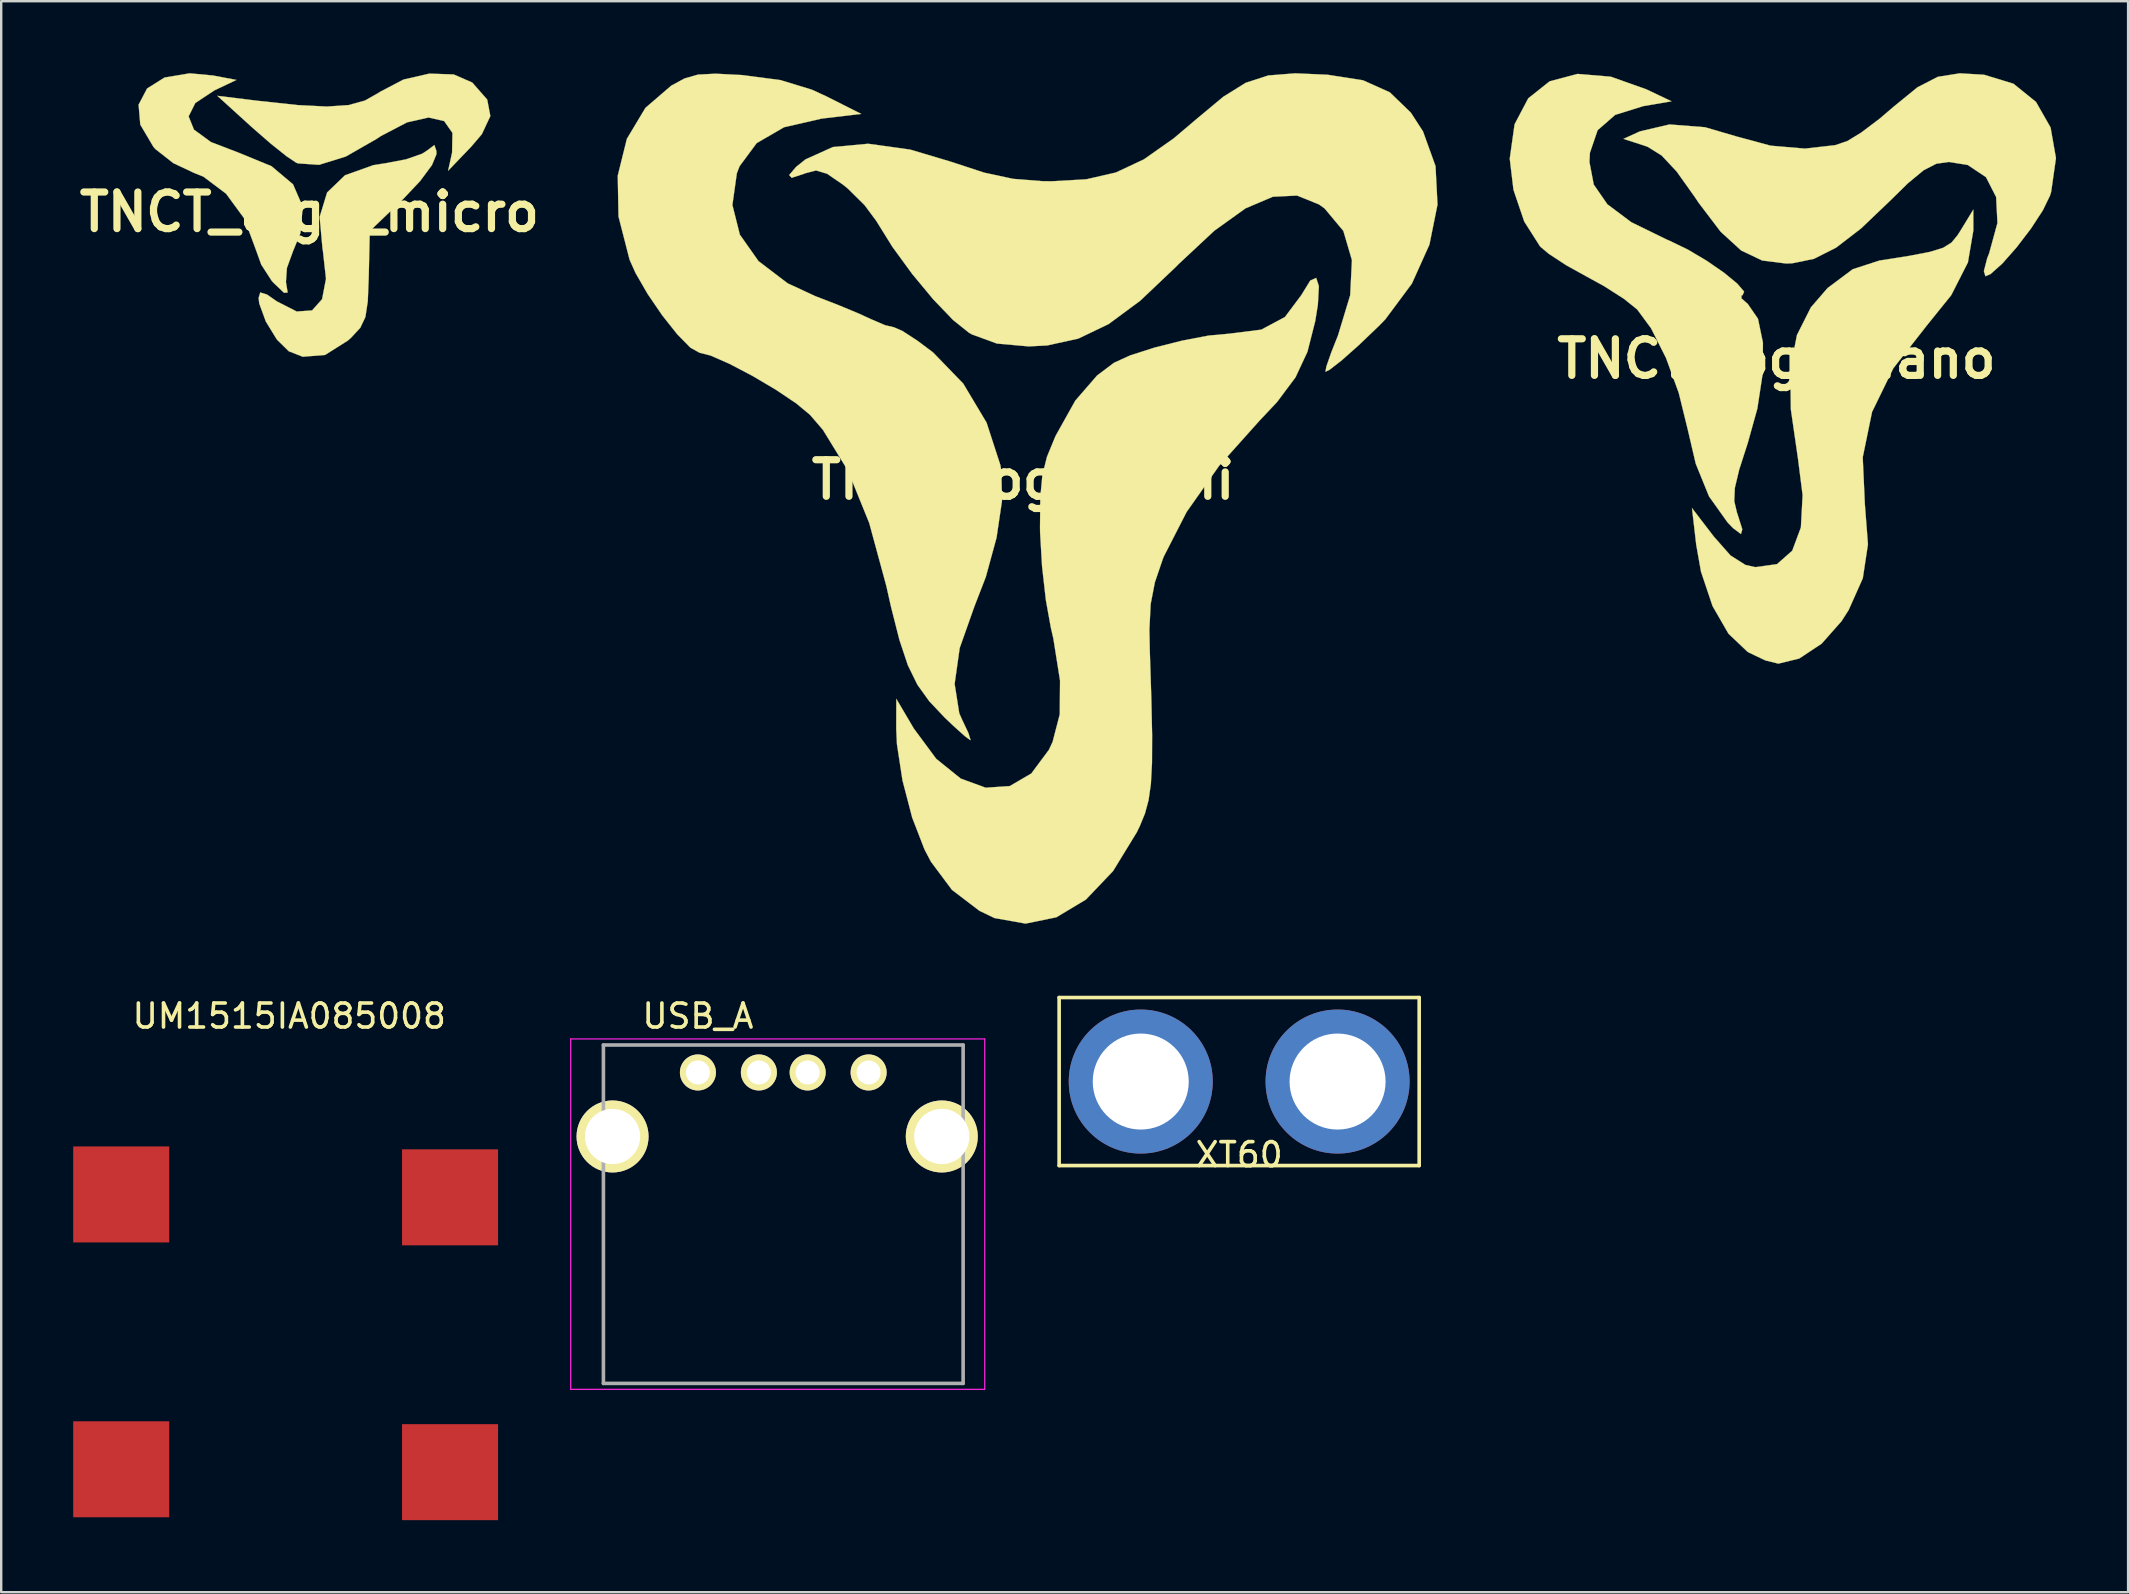
<source format=kicad_pcb>
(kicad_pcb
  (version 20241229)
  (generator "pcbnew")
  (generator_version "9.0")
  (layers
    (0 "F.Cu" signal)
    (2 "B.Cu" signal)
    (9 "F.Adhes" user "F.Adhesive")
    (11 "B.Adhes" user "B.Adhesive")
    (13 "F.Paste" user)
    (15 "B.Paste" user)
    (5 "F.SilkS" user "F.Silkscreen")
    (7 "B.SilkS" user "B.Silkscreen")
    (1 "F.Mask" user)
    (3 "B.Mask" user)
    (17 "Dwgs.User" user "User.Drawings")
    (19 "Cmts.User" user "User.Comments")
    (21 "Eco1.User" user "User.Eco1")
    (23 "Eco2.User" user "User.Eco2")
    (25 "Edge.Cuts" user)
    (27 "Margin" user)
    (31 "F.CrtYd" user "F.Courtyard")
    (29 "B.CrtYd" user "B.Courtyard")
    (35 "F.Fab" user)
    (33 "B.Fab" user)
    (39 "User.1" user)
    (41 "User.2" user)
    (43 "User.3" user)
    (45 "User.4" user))
  (footprint "UM1515IA085008"
    (layer "F.Cu")
    (at 8.85 53.232)
    (property "Reference" "UM1515IA085008" (at 0.15 -13.95 0) (layer "F.SilkS") (effects (font (size 1 1) (thickness 0.15))))
    (attr through_hole)
    (pad "" smd rect (at -6.85 -6.52) (size 4 4) (layers "F.Cu" "F.Mask" "F.Paste"))
    (pad "" smd rect (at 6.85 -6.4) (size 4 4) (layers "F.Cu" "F.Mask" "F.Paste"))
    (pad "1" smd rect (at 6.85 5.05) (size 4 4) (layers "F.Cu" "F.Mask" "F.Paste"))
    (pad "2" smd rect (at -6.85 4.93) (size 4 4) (layers "F.Cu" "F.Mask" "F.Paste")))
  (footprint "USB_A"
    (layer "F.Cu")
    (at 26.025 41.632)
    (property "Reference" "USB_A" (at 0 -2.35 0) (layer "F.SilkS") (effects (font (size 1 1) (thickness 0.15))))
    (attr through_hole)
    (fp_line (start -5.3 -1.4) (end 11.95 -1.4) (stroke (width 0.05) (type solid)) (layer "F.CrtYd"))
    (fp_line (start -5.3 13.2) (end -5.3 -1.4) (stroke (width 0.05) (type solid)) (layer "F.CrtYd"))
    (fp_line (start -5.3 13.2) (end 11.95 13.2) (stroke (width 0.05) (type solid)) (layer "F.CrtYd"))
    (fp_line (start 11.95 -1.4) (end 11.95 13.2) (stroke (width 0.05) (type solid)) (layer "F.CrtYd"))
    (fp_line (start -3.936 12.952) (end -3.936 -1.145) (stroke (width 0.15) (type solid)) (layer "F.Fab"))
    (fp_line (start 11.05 -1.145) (end -3.936 -1.145) (stroke (width 0.15) (type solid)) (layer "F.Fab"))
    (fp_line (start 11.05 -1.145) (end 11.05 12.952) (stroke (width 0.15) (type solid)) (layer "F.Fab"))
    (fp_line (start 11.05 12.952) (end -3.936 12.952) (stroke (width 0.15) (type solid)) (layer "F.Fab"))
    (pad "1" thru_hole circle (at 0.001 -0.002 270) (size 1.501 1.501) (drill 1.001) (layers "*.Cu" "*.Mask" "F.SilkS"))
    (pad "2" thru_hole circle (at 2.541 -0.002 270) (size 1.501 1.501) (drill 1.001) (layers "*.Cu" "*.Mask" "F.SilkS"))
    (pad "3" thru_hole circle (at 4.573 -0.002 270) (size 1.501 1.501) (drill 1.001) (layers "*.Cu" "*.Mask" "F.SilkS"))
    (pad "4" thru_hole circle (at 7.113 -0.002 270) (size 1.501 1.501) (drill 1.001) (layers "*.Cu" "*.Mask" "F.SilkS"))
    (pad "5" thru_hole circle (at -3.555 2.665 270) (size 3 3) (drill 2.301) (layers "*.Cu" "*.Mask" "F.SilkS"))
    (pad "5" thru_hole circle (at 10.161 2.665 270) (size 3 3) (drill 2.301) (layers "*.Cu" "*.Mask" "F.SilkS")))
  (footprint "TNCT_logo_mini"
    (layer "F.Cu")
    (at 39.575 16.937)
    (property "Reference" "TNCT_logo_mini" (at 0 0 0) (layer "F.SilkS") (effects (font (size 1.524 1.524) (thickness 0.3))))
    (attr through_hole)
    (fp_poly (pts (xy 12.683 -16.873) (xy 14.163 -16.641) (xy 15.277 -16.14) (xy 16.153 -15.294) (xy 16.659 -14.513) (xy 17.181 -13.066) (xy 17.263 -11.462) (xy 16.927 -9.797) (xy 16.196 -8.172) (xy 15.09 -6.685) (xy 14.832 -6.419) (xy 13.99 -5.613) (xy 13.272 -4.975) (xy 12.768 -4.583) (xy 12.594 -4.498) (xy 12.634 -4.72) (xy 12.835 -5.298) (xy 13.12 -6.019) (xy 13.626 -7.69) (xy 13.698 -9.152) (xy 13.34 -10.368) (xy 12.558 -11.304) (xy 12.326 -11.47) (xy 11.412 -11.84) (xy 10.401 -11.79) (xy 9.263 -11.306) (xy 7.964 -10.374) (xy 6.471 -8.98) (xy 6.354 -8.86) (xy 4.883 -7.463) (xy 3.563 -6.487) (xy 2.299 -5.881) (xy 1 -5.595) (xy 0.23 -5.556) (xy -1.092 -5.674) (xy -2.136 -6.056) (xy -2.254 -6.123) (xy -2.917 -6.654) (xy -3.741 -7.512) (xy -4.62 -8.571) (xy -5.445 -9.701) (xy -6.112 -10.774) (xy -6.116 -10.782) (xy -6.604 -11.439) (xy -7.297 -12.125) (xy -7.514 -12.301) (xy -8.167 -12.748) (xy -8.628 -12.885) (xy -9.092 -12.764) (xy -9.137 -12.744) (xy -9.644 -12.579) (xy -9.747 -12.695) (xy -9.454 -13.038) (xy -9.066 -13.348) (xy -7.925 -13.862) (xy -6.457 -13.998) (xy -4.706 -13.755) (xy -3.044 -13.26) (xy -1.62 -12.794) (xy -0.422 -12.537) (xy 0.79 -12.44) (xy 1.183 -12.435) (xy 2.629 -12.517) (xy 3.865 -12.801) (xy 5.033 -13.349) (xy 6.273 -14.222) (xy 7.242 -15.043) (xy 8.341 -15.958) (xy 9.273 -16.538) (xy 10.212 -16.843) (xy 11.334 -16.932) (xy 12.683 -16.873)) (stroke (width 0.01) (type solid)) (fill yes) (layer "F.SilkS"))
    (fp_poly (pts (xy -11.746 -16.862) (xy -11.684 -16.857) (xy -10.112 -16.651) (xy -8.803 -16.251) (xy -8.202 -15.975) (xy -6.747 -15.242) (xy -8.388 -15.047) (xy -9.961 -14.686) (xy -11.1 -14.026) (xy -11.813 -13.064) (xy -11.927 -12.769) (xy -12.113 -11.448) (xy -11.802 -10.211) (xy -11.024 -9.107) (xy -9.811 -8.184) (xy -8.666 -7.652) (xy -7.697 -7.277) (xy -6.84 -6.921) (xy -6.35 -6.695) (xy -5.756 -6.44) (xy -5.382 -6.352) (xy -5.026 -6.197) (xy -4.407 -5.794) (xy -3.755 -5.307) (xy -2.493 -4.003) (xy -1.524 -2.381) (xy -0.95 -0.617) (xy -0.907 -0.372) (xy -0.881 0.883) (xy -1.108 2.414) (xy -1.555 4.05) (xy -2.035 5.291) (xy -2.643 7.01) (xy -2.854 8.505) (xy -2.661 9.728) (xy -2.538 10.007) (xy -2.278 10.556) (xy -2.192 10.838) (xy -2.202 10.848) (xy -2.431 10.68) (xy -2.909 10.25) (xy -3.266 9.91) (xy -3.908 9.231) (xy -4.403 8.543) (xy -4.801 7.731) (xy -5.152 6.68) (xy -5.508 5.277) (xy -5.699 4.425) (xy -6.412 1.802) (xy -7.296 -0.375) (xy -8.341 -2.079) (xy -8.88 -2.706) (xy -9.459 -3.186) (xy -10.305 -3.753) (xy -11.276 -4.327) (xy -12.229 -4.827) (xy -13.021 -5.175) (xy -13.483 -5.292) (xy -13.863 -5.504) (xy -14.409 -6.06) (xy -15.031 -6.843) (xy -15.639 -7.733) (xy -16.146 -8.61) (xy -16.395 -9.165) (xy -16.857 -10.965) (xy -16.889 -12.669) (xy -16.509 -14.203) (xy -15.736 -15.493) (xy -14.663 -16.417) (xy -14.101 -16.721) (xy -13.543 -16.879) (xy -12.816 -16.917) (xy -11.746 -16.862)) (stroke (width 0.01) (type solid)) (fill yes) (layer "F.SilkS"))
    (fp_poly (pts (xy 12.321 -8.064) (xy 12.279 -7.291) (xy 12.17 -6.612) (xy 11.845 -5.332) (xy 11.348 -4.268) (xy 10.577 -3.236) (xy 9.845 -2.459) (xy 8.164 -0.58) (xy 6.81 1.343) (xy 5.862 3.194) (xy 5.817 3.307) (xy 5.488 4.274) (xy 5.313 5.179) (xy 5.26 6.243) (xy 5.278 7.144) (xy 5.341 9.115) (xy 5.374 10.639) (xy 5.369 11.798) (xy 5.322 12.673) (xy 5.226 13.348) (xy 5.076 13.902) (xy 4.865 14.419) (xy 4.737 14.684) (xy 3.746 16.303) (xy 2.614 17.491) (xy 1.385 18.228) (xy 0.102 18.491) (xy -1.193 18.26) (xy -1.821 17.958) (xy -2.966 17.085) (xy -3.84 15.914) (xy -4.109 15.402) (xy -4.623 14.073) (xy -5.027 12.521) (xy -5.257 11.018) (xy -5.287 10.372) (xy -5.283 9.128) (xy -4.554 10.365) (xy -3.621 11.626) (xy -2.601 12.449) (xy -1.56 12.83) (xy -0.558 12.762) (xy 0.34 12.238) (xy 1.072 11.254) (xy 1.227 10.923) (xy 1.526 9.773) (xy 1.537 8.365) (xy 1.259 6.615) (xy 1.156 6.168) (xy 0.947 5.014) (xy 0.788 3.604) (xy 0.707 2.212) (xy 0.703 1.984) (xy 0.716 0.728) (xy 0.801 -0.188) (xy 0.992 -0.954) (xy 1.322 -1.757) (xy 1.366 -1.852) (xy 2.174 -3.298) (xy 3.077 -4.34) (xy 3.782 -4.872) (xy 4.46 -5.181) (xy 5.471 -5.505) (xy 6.624 -5.796) (xy 7.727 -6.006) (xy 8.581 -6.085) (xy 9.923 -6.254) (xy 10.907 -6.78) (xy 11.592 -7.696) (xy 11.593 -7.698) (xy 11.961 -8.298) (xy 12.209 -8.41) (xy 12.321 -8.064)) (stroke (width 0.01) (type solid)) (fill yes) (layer "F.SilkS")))
  (footprint "TNCT_logo_micro"
    (layer "F.Cu")
    (at 9.841 5.784)
    (property "Reference" "TNCT_logo_micro" (at 0 0 0) (layer "F.SilkS") (effects (font (size 1.524 1.524) (thickness 0.3))))
    (attr through_hole)
    (fp_poly (pts (xy 6.011 -5.732) (xy 6.78 -5.397) (xy 6.793 -5.385) (xy 7.407 -4.685) (xy 7.537 -3.999) (xy 7.183 -3.243) (xy 6.74 -2.724) (xy 5.778 -1.72) (xy 5.943 -2.473) (xy 5.959 -3.297) (xy 5.613 -3.79) (xy 4.962 -3.939) (xy 4.064 -3.735) (xy 2.977 -3.167) (xy 2.797 -3.047) (xy 1.516 -2.313) (xy 0.401 -1.967) (xy -0.479 -2.028) (xy -0.556 -2.059) (xy -0.955 -2.325) (xy -1.603 -2.843) (xy -2.365 -3.506) (xy -2.408 -3.545) (xy -3.836 -4.842) (xy -2.117 -4.631) (xy -0.485 -4.456) (xy 0.73 -4.395) (xy 1.631 -4.456) (xy 2.318 -4.647) (xy 2.894 -4.974) (xy 2.938 -5.006) (xy 3.916 -5.519) (xy 4.998 -5.767) (xy 6.011 -5.732)) (stroke (width 0.01) (type solid)) (fill yes) (layer "F.SilkS"))
    (fp_poly (pts (xy -4.014 -5.688) (xy -3.043 -5.504) (xy -3.965 -5.066) (xy -4.756 -4.541) (xy -5.033 -3.986) (xy -4.811 -3.433) (xy -4.102 -2.915) (xy -2.965 -2.479) (xy -1.58 -1.91) (xy -0.683 -1.155) (xy -0.279 -0.224) (xy -0.374 0.874) (xy -0.684 1.632) (xy -0.938 2.33) (xy -0.979 2.916) (xy -0.974 2.941) (xy -0.907 3.354) (xy -1.06 3.362) (xy -1.483 2.961) (xy -1.564 2.875) (xy -2.007 2.19) (xy -2.261 1.486) (xy -2.713 0.272) (xy -3.472 -0.764) (xy -4.418 -1.475) (xy -4.814 -1.634) (xy -5.673 -2.039) (xy -6.418 -2.624) (xy -6.498 -2.713) (xy -7.046 -3.64) (xy -7.117 -4.472) (xy -6.763 -5.147) (xy -6.036 -5.604) (xy -4.988 -5.779) (xy -4.014 -5.688)) (stroke (width 0.01) (type solid)) (fill yes) (layer "F.SilkS"))
    (fp_poly (pts (xy 5.289 -2.549) (xy 5.292 -2.41) (xy 5.105 -1.956) (xy 4.61 -1.289) (xy 3.903 -0.54) (xy 2.514 0.792) (xy 2.471 2.704) (xy 2.431 3.722) (xy 2.332 4.373) (xy 2.119 4.822) (xy 1.739 5.231) (xy 1.607 5.351) (xy 0.651 5.954) (xy -0.278 6.028) (xy -0.86 5.8) (xy -1.357 5.311) (xy -1.816 4.561) (xy -2.091 3.808) (xy -2.117 3.577) (xy -2.048 3.35) (xy -1.77 3.436) (xy -1.353 3.724) (xy -0.53 4.144) (xy 0.109 4.099) (xy 0.528 3.629) (xy 0.69 2.778) (xy 0.558 1.587) (xy 0.545 1.526) (xy 0.426 0.202) (xy 0.737 -0.815) (xy 1.482 -1.532) (xy 2.667 -1.955) (xy 3.159 -2.032) (xy 4.022 -2.195) (xy 4.697 -2.43) (xy 4.915 -2.572) (xy 5.206 -2.792) (xy 5.289 -2.549)) (stroke (width 0.01) (type solid)) (fill yes) (layer "F.SilkS")))
  (footprint "XT60"
    (layer "F.Cu")
    (at 48.575 42.009)
    (property "Reference" "XT60" (at 0 3.048 0) (layer "F.SilkS") (effects (font (size 1 1) (thickness 0.15))))
    (attr through_hole)
    (fp_line (start -7.5 -3.5) (end 7.5 -3.5) (stroke (width 0.15) (type solid)) (layer "F.SilkS"))
    (fp_line (start -7.5 3.5) (end -7.5 -3.5) (stroke (width 0.15) (type solid)) (layer "F.SilkS"))
    (fp_line (start 7.5 -3.5) (end 7.5 3.5) (stroke (width 0.15) (type solid)) (layer "F.SilkS"))
    (fp_line (start 7.5 3.5) (end -7.5 3.5) (stroke (width 0.15) (type solid)) (layer "F.SilkS"))
    (pad "1" thru_hole circle (at -4.1 0) (size 6 6) (drill 4) (layers "*.Cu" "*.Mask"))
    (pad "2" thru_hole circle (at 4.1 0) (size 6 6) (drill 4) (layers "*.Cu" "*.Mask")))
  (footprint "TNCT_logo_nano"
    (layer "F.Cu")
    (at 70.961 11.899)
    (property "Reference" "TNCT_logo_nano" (at 0 0 0) (layer "F.SilkS") (effects (font (size 1.524 1.524) (thickness 0.3))))
    (attr through_hole)
    (fp_poly (pts (xy 8.201 -5.349) (xy 7.975 -4.016) (xy 7.279 -2.65) (xy 6.267 -1.395) (xy 4.867 0.395) (xy 3.981 2.213) (xy 3.593 4.102) (xy 3.681 6.054) (xy 3.81 7.729) (xy 3.596 9.143) (xy 3.005 10.467) (xy 2.707 10.932) (xy 1.883 11.865) (xy 0.946 12.486) (xy 0.079 12.699) (xy -0.462 12.565) (xy -1.146 12.24) (xy -1.213 12.2) (xy -2.001 11.451) (xy -2.665 10.299) (xy -3.146 8.866) (xy -3.344 7.749) (xy -3.521 6.218) (xy -2.609 7.408) (xy -1.915 8.193) (xy -1.294 8.587) (xy -0.882 8.679) (xy 0.02 8.554) (xy 0.656 7.993) (xy 1.016 7.025) (xy 1.088 5.68) (xy 0.899 4.187) (xy 0.598 2.103) (xy 0.577 0.402) (xy 0.852 -0.99) (xy 1.433 -2.145) (xy 2.13 -2.951) (xy 3.175 -3.732) (xy 4.283 -4.093) (xy 5.55 -4.293) (xy 6.401 -4.458) (xy 6.944 -4.627) (xy 7.288 -4.841) (xy 7.539 -5.143) (xy 7.697 -5.392) (xy 8.2 -6.218) (xy 8.201 -5.349)) (stroke (width 0.01) (type solid)) (fill yes) (layer "F.SilkS"))
    (fp_poly (pts (xy 8.647 -11.835) (xy 9.873 -11.461) (xy 10.812 -10.701) (xy 11.418 -9.639) (xy 11.643 -8.361) (xy 11.442 -6.952) (xy 11.395 -6.801) (xy 11.094 -6.181) (xy 10.594 -5.417) (xy 9.997 -4.636) (xy 9.404 -3.965) (xy 8.918 -3.532) (xy 8.705 -3.44) (xy 8.64 -3.652) (xy 8.776 -4.183) (xy 8.86 -4.398) (xy 9.205 -5.659) (xy 9.15 -6.741) (xy 8.726 -7.57) (xy 7.966 -8.077) (xy 7.178 -8.202) (xy 6.661 -8.129) (xy 6.132 -7.858) (xy 5.475 -7.315) (xy 4.775 -6.627) (xy 3.528 -5.436) (xy 2.485 -4.633) (xy 1.558 -4.165) (xy 0.658 -3.98) (xy 0.397 -3.971) (xy -0.596 -4.096) (xy -1.474 -4.515) (xy -2.325 -5.293) (xy -3.239 -6.495) (xy -3.409 -6.749) (xy -4.16 -7.804) (xy -4.781 -8.467) (xy -5.362 -8.83) (xy -5.503 -8.881) (xy -6.376 -9.163) (xy -5.689 -9.476) (xy -4.457 -9.764) (xy -2.976 -9.648) (xy -1.651 -9.26) (xy -0.244 -8.88) (xy 1.185 -8.758) (xy 2.448 -8.902) (xy 2.952 -9.074) (xy 3.527 -9.424) (xy 4.292 -10.001) (xy 4.9 -10.52) (xy 5.873 -11.313) (xy 6.721 -11.749) (xy 7.636 -11.894) (xy 8.647 -11.835)) (stroke (width 0.01) (type solid)) (fill yes) (layer "F.SilkS"))
    (fp_poly (pts (xy -6.905 -11.754) (xy -5.428 -11.23) (xy -4.374 -10.729) (xy -5.549 -10.528) (xy -6.721 -10.163) (xy -7.452 -9.525) (xy -7.773 -8.584) (xy -7.793 -8.2) (xy -7.614 -7.261) (xy -7.047 -6.439) (xy -6.046 -5.689) (xy -4.564 -4.965) (xy -4.467 -4.925) (xy -3.693 -4.551) (xy -2.901 -4.081) (xy -2.185 -3.586) (xy -1.637 -3.136) (xy -1.349 -2.8) (xy -1.414 -2.648) (xy -1.456 -2.646) (xy -1.46 -2.52) (xy -1.195 -2.285) (xy -0.772 -1.671) (xy -0.565 -0.674) (xy -0.574 0.607) (xy -0.798 2.074) (xy -1.196 3.504) (xy -1.555 4.619) (xy -1.736 5.382) (xy -1.76 5.931) (xy -1.647 6.407) (xy -1.631 6.45) (xy -1.425 7.103) (xy -1.481 7.299) (xy -1.812 7.051) (xy -2.041 6.812) (xy -2.81 5.733) (xy -3.364 4.371) (xy -3.7 2.933) (xy -4.073 1.416) (xy -4.605 -0.041) (xy -5.228 -1.275) (xy -5.801 -2.053) (xy -6.349 -2.495) (xy -7.175 -3.024) (xy -7.884 -3.413) (xy -8.758 -3.897) (xy -9.487 -4.375) (xy -9.846 -4.677) (xy -10.509 -5.719) (xy -10.958 -7.04) (xy -11.113 -8.339) (xy -10.912 -9.771) (xy -10.342 -10.853) (xy -9.452 -11.561) (xy -8.291 -11.869) (xy -6.905 -11.754)) (stroke (width 0.01) (type solid)) (fill yes) (layer "F.SilkS")))
  (gr_rect
    (start -3 -3)
    (end 85.609 63.282)
    (stroke (width 0.1) (type default))
    (fill no)
    (layer "Edge.Cuts")))
</source>
